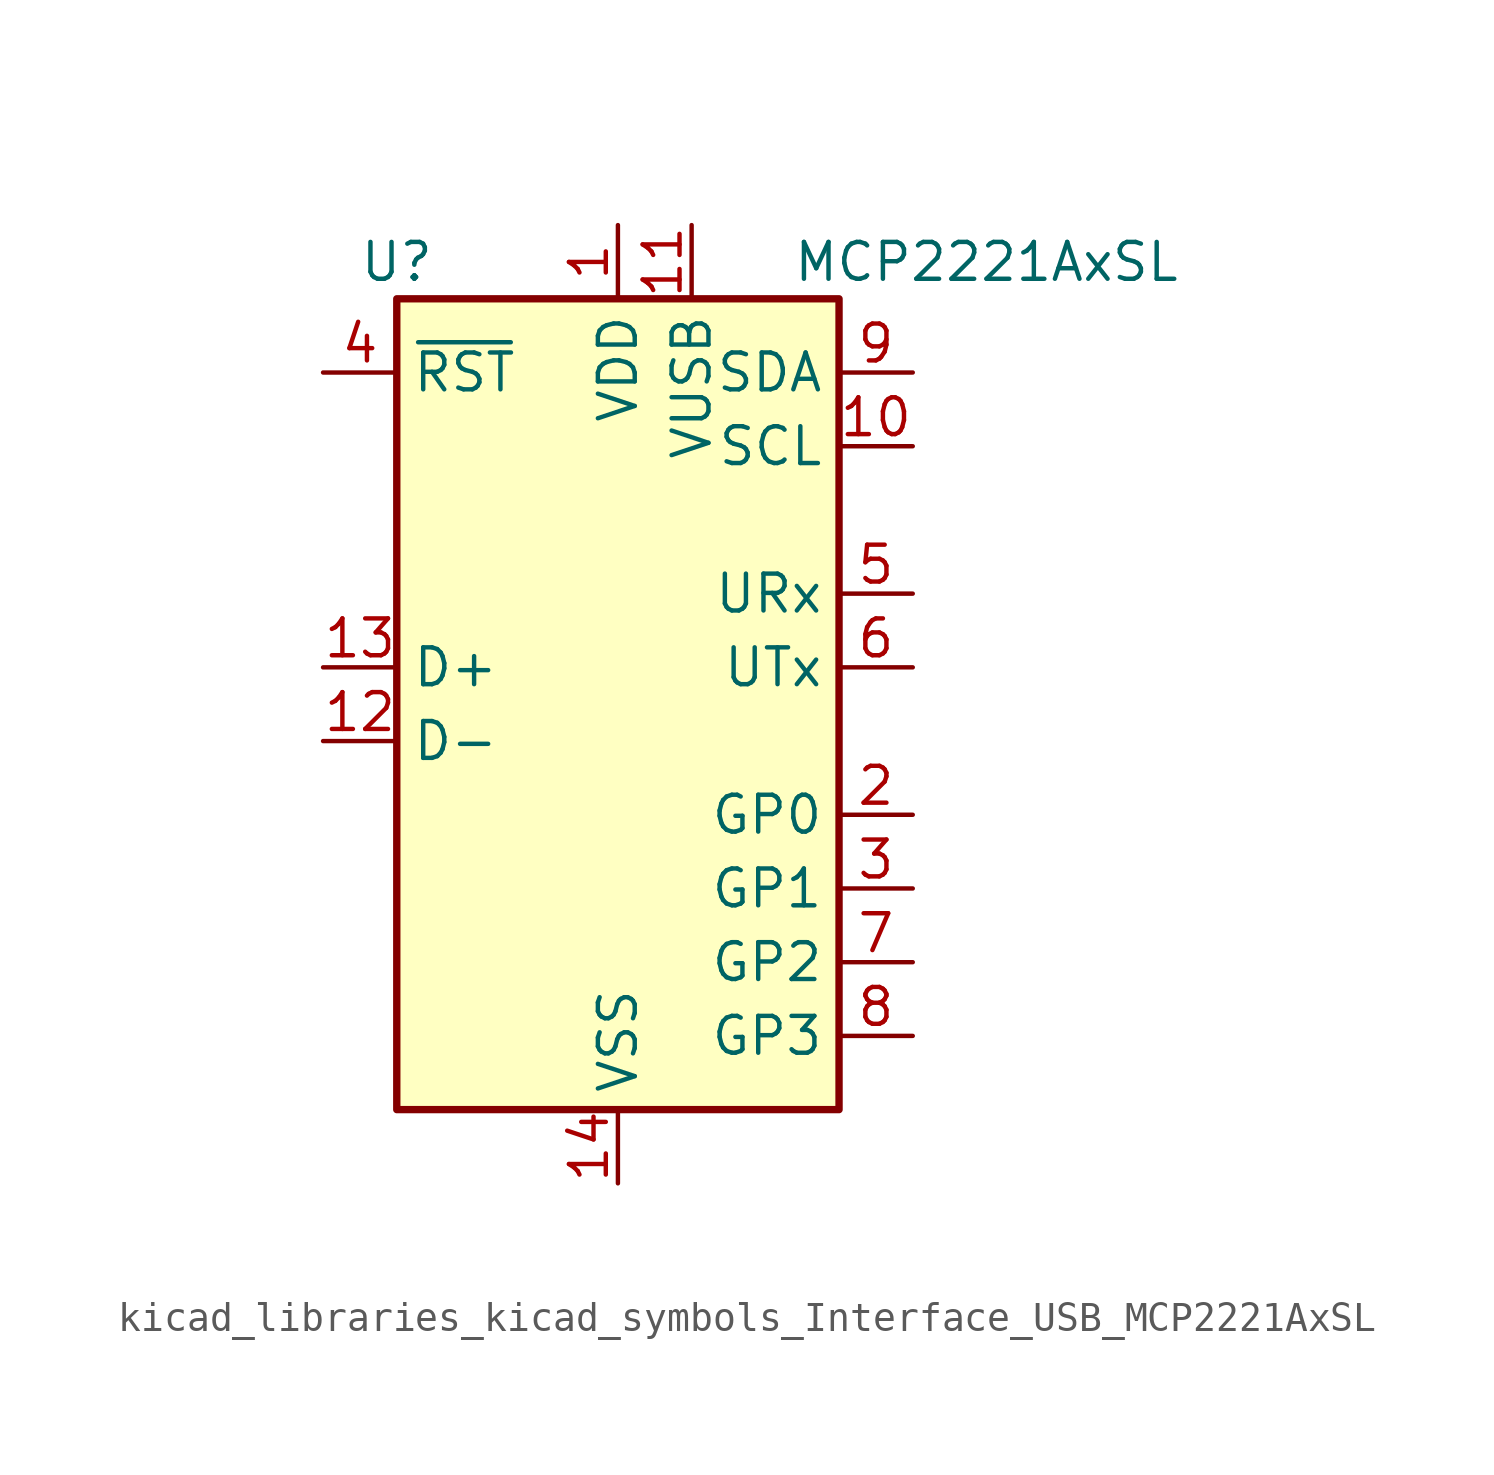
<source format=kicad_sym>
(kicad_symbol_lib
  (version 20220914)
  (generator kicad_symbol_editor)
  (symbol "kicad_libraries_kicad_symbols_Interface_USB_MCP2221AxSL"
    (property "Reference" "U"
      (at -7.62 16.51 0)
      (effects (font (size 1.27 1.27))))
    (property "Value" "MCP2221AxSL"
      (at 12.7 16.51 0)
      (effects (font (size 1.27 1.27))))
    (symbol "kicad_libraries_kicad_symbols_Interface_USB_MCP2221AxSL_0_1"
      (rectangle (start -7.62 15.24) (end 7.62 -12.7) (stroke (width 0.254) (type default)) (fill (type background))))
    (symbol "kicad_libraries_kicad_symbols_Interface_USB_MCP2221AxSL_1_1"
      (pin power_in line (at 0 17.78 270) (length 2.54) (name "VDD" (effects (font (size 1.27 1.27)))) (number "1" (effects (font (size 1.27 1.27)))))
      (pin bidirectional line (at 10.16 10.16 180) (length 2.54) (name "SCL" (effects (font (size 1.27 1.27)))) (number "10" (effects (font (size 1.27 1.27)))))
      (pin passive line (at 2.54 17.78 270) (length 2.54) (name "VUSB" (effects (font (size 1.27 1.27)))) (number "11" (effects (font (size 1.27 1.27)))))
      (pin bidirectional line (at -10.16 0 0) (length 2.54) (name "D-" (effects (font (size 1.27 1.27)))) (number "12" (effects (font (size 1.27 1.27)))))
      (pin bidirectional line (at -10.16 2.54 0) (length 2.54) (name "D+" (effects (font (size 1.27 1.27)))) (number "13" (effects (font (size 1.27 1.27)))))
      (pin power_in line (at 0 -15.24 90) (length 2.54) (name "VSS" (effects (font (size 1.27 1.27)))) (number "14" (effects (font (size 1.27 1.27)))))
      (pin bidirectional line (at 10.16 -2.54 180) (length 2.54) (name "GP0" (effects (font (size 1.27 1.27)))) (number "2" (effects (font (size 1.27 1.27)))))
      (pin bidirectional line (at 10.16 -5.08 180) (length 2.54) (name "GP1" (effects (font (size 1.27 1.27)))) (number "3" (effects (font (size 1.27 1.27)))))
      (pin input line (at -10.16 12.7 0) (length 2.54) (name "~{RST}" (effects (font (size 1.27 1.27)))) (number "4" (effects (font (size 1.27 1.27)))))
      (pin input line (at 10.16 5.08 180) (length 2.54) (name "URx" (effects (font (size 1.27 1.27)))) (number "5" (effects (font (size 1.27 1.27)))))
      (pin output line (at 10.16 2.54 180) (length 2.54) (name "UTx" (effects (font (size 1.27 1.27)))) (number "6" (effects (font (size 1.27 1.27)))))
      (pin bidirectional line (at 10.16 -7.62 180) (length 2.54) (name "GP2" (effects (font (size 1.27 1.27)))) (number "7" (effects (font (size 1.27 1.27)))))
      (pin bidirectional line (at 10.16 -10.16 180) (length 2.54) (name "GP3" (effects (font (size 1.27 1.27)))) (number "8" (effects (font (size 1.27 1.27)))))
      (pin bidirectional line (at 10.16 12.7 180) (length 2.54) (name "SDA" (effects (font (size 1.27 1.27)))) (number "9" (effects (font (size 1.27 1.27))))))))
</source>
